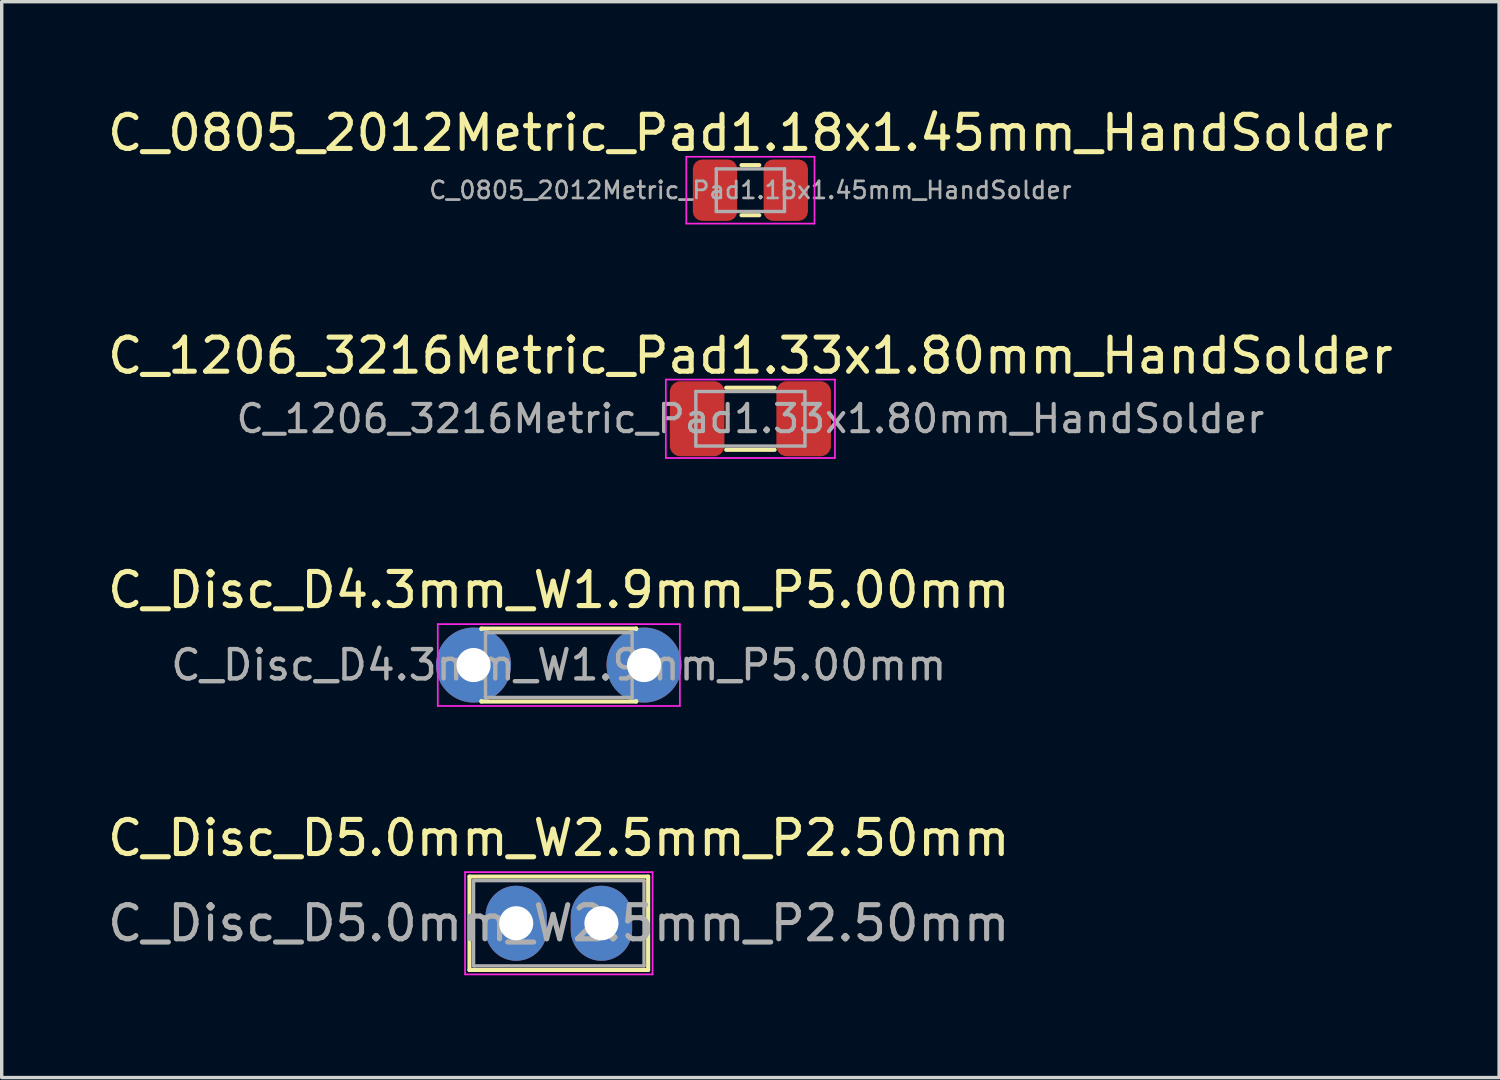
<source format=kicad_pcb>
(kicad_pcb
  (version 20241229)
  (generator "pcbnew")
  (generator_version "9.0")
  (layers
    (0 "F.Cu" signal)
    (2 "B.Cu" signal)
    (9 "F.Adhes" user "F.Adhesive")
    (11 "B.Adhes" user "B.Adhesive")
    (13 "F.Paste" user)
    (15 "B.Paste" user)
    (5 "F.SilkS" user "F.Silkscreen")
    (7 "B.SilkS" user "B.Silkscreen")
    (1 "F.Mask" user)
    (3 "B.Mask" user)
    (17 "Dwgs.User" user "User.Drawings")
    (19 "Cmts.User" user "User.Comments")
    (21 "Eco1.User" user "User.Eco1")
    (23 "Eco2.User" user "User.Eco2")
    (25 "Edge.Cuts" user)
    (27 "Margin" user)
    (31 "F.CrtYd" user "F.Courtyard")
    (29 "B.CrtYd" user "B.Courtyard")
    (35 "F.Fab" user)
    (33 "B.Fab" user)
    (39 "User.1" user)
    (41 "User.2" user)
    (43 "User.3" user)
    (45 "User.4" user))
  (footprint "C_Disc_D4.3mm_W1.9mm_P5.00mm"
    (layer "F.Cu")
    (at 10.839 16.455)
    (property "Reference" "C_Disc_D4.3mm_W1.9mm_P5.00mm" (at 2.5 -2.2 0) (layer "F.SilkS") (effects (font (size 1 1) (thickness 0.15))))
    (attr through_hole)
    (fp_line (start 0.23 -1.07) (end 0.23 -1.055) (stroke (width 0.12) (type solid)) (layer "F.SilkS"))
    (fp_line (start 0.23 -1.07) (end 4.77 -1.07) (stroke (width 0.12) (type solid)) (layer "F.SilkS"))
    (fp_line (start 0.23 1.055) (end 0.23 1.07) (stroke (width 0.12) (type solid)) (layer "F.SilkS"))
    (fp_line (start 0.23 1.07) (end 4.77 1.07) (stroke (width 0.12) (type solid)) (layer "F.SilkS"))
    (fp_line (start 4.77 -1.07) (end 4.77 -1.055) (stroke (width 0.12) (type solid)) (layer "F.SilkS"))
    (fp_line (start 4.77 1.055) (end 4.77 1.07) (stroke (width 0.12) (type solid)) (layer "F.SilkS"))
    (fp_line (start -1.05 -1.2) (end -1.05 1.2) (stroke (width 0.05) (type solid)) (layer "F.CrtYd"))
    (fp_line (start -1.05 1.2) (end 6.05 1.2) (stroke (width 0.05) (type solid)) (layer "F.CrtYd"))
    (fp_line (start 6.05 -1.2) (end -1.05 -1.2) (stroke (width 0.05) (type solid)) (layer "F.CrtYd"))
    (fp_line (start 6.05 1.2) (end 6.05 -1.2) (stroke (width 0.05) (type solid)) (layer "F.CrtYd"))
    (fp_line (start 0.35 -0.95) (end 0.35 0.95) (stroke (width 0.1) (type solid)) (layer "F.Fab"))
    (fp_line (start 0.35 0.95) (end 4.65 0.95) (stroke (width 0.1) (type solid)) (layer "F.Fab"))
    (fp_line (start 4.65 -0.95) (end 0.35 -0.95) (stroke (width 0.1) (type solid)) (layer "F.Fab"))
    (fp_line (start 4.65 0.95) (end 4.65 -0.95) (stroke (width 0.1) (type solid)) (layer "F.Fab"))
    (fp_text user "${REFERENCE}" (at 2.5 0 0) (layer "F.Fab") (effects (font (size 0.86 0.86) (thickness 0.129))))
    (pad "1" thru_hole circle (at 0 0) (size 2.2 2.2) (drill 1) (layers "*.Cu" "*.Mask"))
    (pad "2" thru_hole circle (at 5 0) (size 2.2 2.2) (drill 1) (layers "*.Cu" "*.Mask")))
  (footprint "C_Disc_D5.0mm_W2.5mm_P2.50mm"
    (layer "F.Cu")
    (at 12.089 24.028)
    (property "Reference" "C_Disc_D5.0mm_W2.5mm_P2.50mm" (at 1.25 -2.5 0) (layer "F.SilkS") (effects (font (size 1 1) (thickness 0.15))))
    (attr through_hole)
    (fp_line (start -1.37 -1.37) (end -1.37 1.37) (stroke (width 0.12) (type solid)) (layer "F.SilkS"))
    (fp_line (start -1.37 -1.37) (end 3.87 -1.37) (stroke (width 0.12) (type solid)) (layer "F.SilkS"))
    (fp_line (start -1.37 1.37) (end 3.87 1.37) (stroke (width 0.12) (type solid)) (layer "F.SilkS"))
    (fp_line (start 3.87 -1.37) (end 3.87 1.37) (stroke (width 0.12) (type solid)) (layer "F.SilkS"))
    (fp_line (start -1.5 -1.5) (end -1.5 1.5) (stroke (width 0.05) (type solid)) (layer "F.CrtYd"))
    (fp_line (start -1.5 1.5) (end 4 1.5) (stroke (width 0.05) (type solid)) (layer "F.CrtYd"))
    (fp_line (start 4 -1.5) (end -1.5 -1.5) (stroke (width 0.05) (type solid)) (layer "F.CrtYd"))
    (fp_line (start 4 1.5) (end 4 -1.5) (stroke (width 0.05) (type solid)) (layer "F.CrtYd"))
    (fp_line (start -1.25 -1.25) (end -1.25 1.25) (stroke (width 0.1) (type solid)) (layer "F.Fab"))
    (fp_line (start -1.25 1.25) (end 3.75 1.25) (stroke (width 0.1) (type solid)) (layer "F.Fab"))
    (fp_line (start 3.75 -1.25) (end -1.25 -1.25) (stroke (width 0.1) (type solid)) (layer "F.Fab"))
    (fp_line (start 3.75 1.25) (end 3.75 -1.25) (stroke (width 0.1) (type solid)) (layer "F.Fab"))
    (fp_text user "${REFERENCE}" (at 1.25 0 0) (layer "F.Fab") (effects (font (size 1 1) (thickness 0.15))))
    (pad "1" thru_hole oval (at 0 0) (size 1.8 2.2) (drill 1) (layers "*.Cu" "*.Mask"))
    (pad "2" thru_hole oval (at 2.5 0) (size 1.8 2.2) (drill 1) (layers "*.Cu" "*.Mask")))
  (footprint "C_0805_2012Metric_Pad1.18x1.45mm_HandSolder"
    (layer "F.Cu")
    (at 18.958 2.528)
    (property "Reference" "C_0805_2012Metric_Pad1.18x1.45mm_HandSolder" (at 0 -1.68 0) (layer "F.SilkS") (effects (font (size 1 1) (thickness 0.15))))
    (attr smd)
    (fp_line (start -0.261 -0.735) (end 0.261 -0.735) (stroke (width 0.12) (type solid)) (layer "F.SilkS"))
    (fp_line (start -0.261 0.735) (end 0.261 0.735) (stroke (width 0.12) (type solid)) (layer "F.SilkS"))
    (fp_line (start -1.88 -0.98) (end 1.88 -0.98) (stroke (width 0.05) (type solid)) (layer "F.CrtYd"))
    (fp_line (start -1.88 0.98) (end -1.88 -0.98) (stroke (width 0.05) (type solid)) (layer "F.CrtYd"))
    (fp_line (start 1.88 -0.98) (end 1.88 0.98) (stroke (width 0.05) (type solid)) (layer "F.CrtYd"))
    (fp_line (start 1.88 0.98) (end -1.88 0.98) (stroke (width 0.05) (type solid)) (layer "F.CrtYd"))
    (fp_line (start -1 -0.625) (end 1 -0.625) (stroke (width 0.1) (type solid)) (layer "F.Fab"))
    (fp_line (start -1 0.625) (end -1 -0.625) (stroke (width 0.1) (type solid)) (layer "F.Fab"))
    (fp_line (start 1 -0.625) (end 1 0.625) (stroke (width 0.1) (type solid)) (layer "F.Fab"))
    (fp_line (start 1 0.625) (end -1 0.625) (stroke (width 0.1) (type solid)) (layer "F.Fab"))
    (fp_text user "${REFERENCE}" (at 0 0 0) (layer "F.Fab") (effects (font (size 0.5 0.5) (thickness 0.08))))
    (pad "1" smd roundrect (at -1.038 0) (size 1.3 1.8) (layers "F.Cu" "F.Mask" "F.Paste") (roundrect_rratio 0.213))
    (pad "2" smd roundrect (at 1.038 0) (size 1.3 1.8) (layers "F.Cu" "F.Mask" "F.Paste") (roundrect_rratio 0.213)))
  (footprint "C_1206_3216Metric_Pad1.33x1.80mm_HandSolder"
    (layer "F.Cu")
    (at 18.958 9.232)
    (property "Reference" "C_1206_3216Metric_Pad1.33x1.80mm_HandSolder" (at 0 -1.85 0) (layer "F.SilkS") (effects (font (size 1 1) (thickness 0.15))))
    (attr smd)
    (fp_line (start -0.711 -0.91) (end 0.711 -0.91) (stroke (width 0.12) (type solid)) (layer "F.SilkS"))
    (fp_line (start -0.711 0.91) (end 0.711 0.91) (stroke (width 0.12) (type solid)) (layer "F.SilkS"))
    (fp_line (start -2.48 -1.15) (end 2.48 -1.15) (stroke (width 0.05) (type solid)) (layer "F.CrtYd"))
    (fp_line (start -2.48 1.15) (end -2.48 -1.15) (stroke (width 0.05) (type solid)) (layer "F.CrtYd"))
    (fp_line (start 2.48 -1.15) (end 2.48 1.15) (stroke (width 0.05) (type solid)) (layer "F.CrtYd"))
    (fp_line (start 2.48 1.15) (end -2.48 1.15) (stroke (width 0.05) (type solid)) (layer "F.CrtYd"))
    (fp_line (start -1.6 -0.8) (end 1.6 -0.8) (stroke (width 0.1) (type solid)) (layer "F.Fab"))
    (fp_line (start -1.6 0.8) (end -1.6 -0.8) (stroke (width 0.1) (type solid)) (layer "F.Fab"))
    (fp_line (start 1.6 -0.8) (end 1.6 0.8) (stroke (width 0.1) (type solid)) (layer "F.Fab"))
    (fp_line (start 1.6 0.8) (end -1.6 0.8) (stroke (width 0.1) (type solid)) (layer "F.Fab"))
    (fp_text user "${REFERENCE}" (at 0 0 0) (layer "F.Fab") (effects (font (size 0.8 0.8) (thickness 0.12))))
    (pad "1" smd roundrect (at -1.562 0) (size 1.6 2.2) (layers "F.Cu" "F.Mask" "F.Paste") (roundrect_rratio 0.189))
    (pad "2" smd roundrect (at 1.562 0) (size 1.6 2.2) (layers "F.Cu" "F.Mask" "F.Paste") (roundrect_rratio 0.189)))
  (gr_rect
    (start -3 -3)
    (end 40.917 28.553)
    (stroke (width 0.1) (type default))
    (fill no)
    (layer "Edge.Cuts")))
</source>
